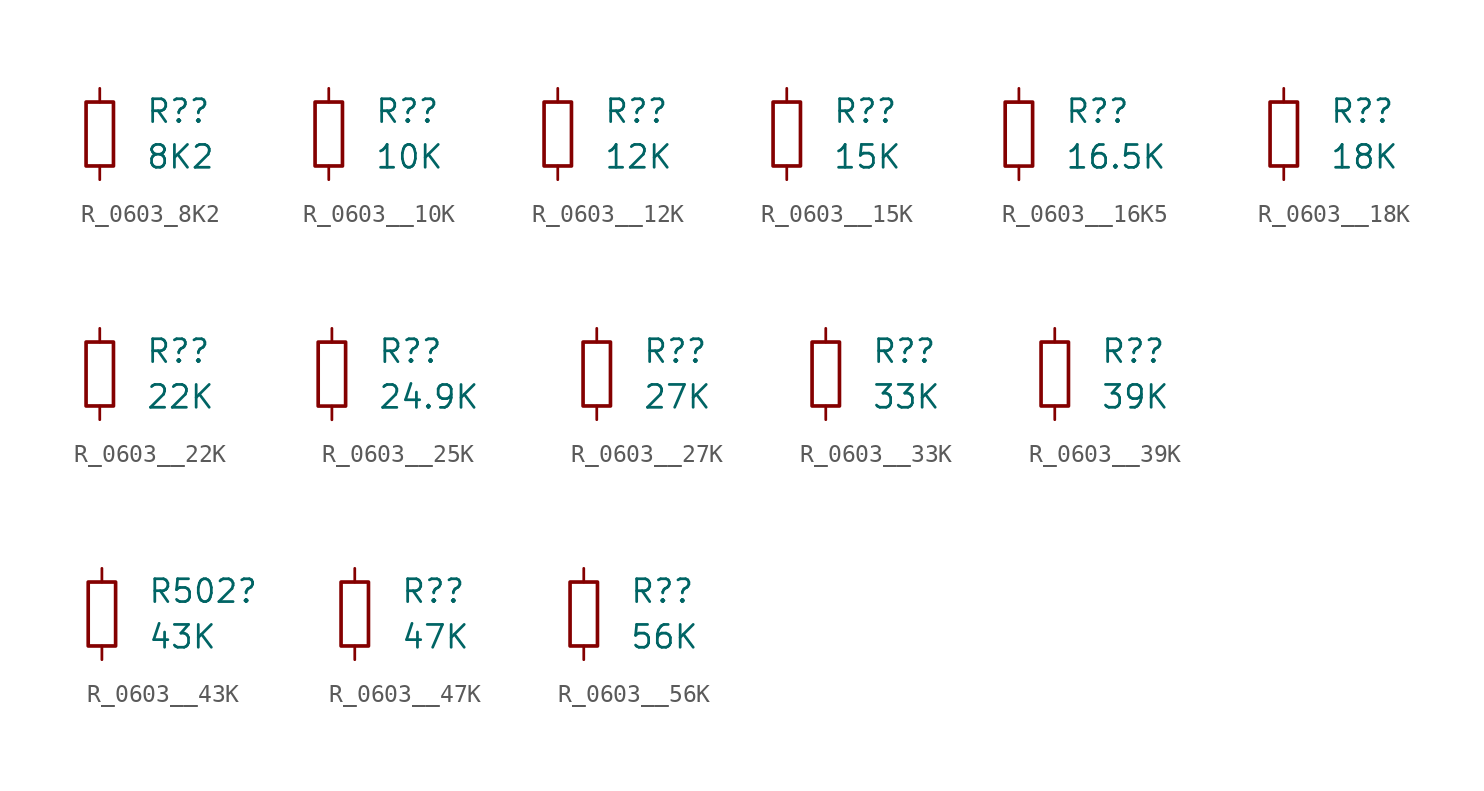
<source format=kicad_sym>
(kicad_symbol_lib
  (version 20231120)
  (generator "kicad_symbol_editor")
  (generator_version "8.0")
  (symbol "R_0603_8K2"
    (pin_numbers hide)
    (pin_names
      (offset 0.254) hide)
    (property "Reference" "R?"
      (at 2.54 1.27 0)
      (effects (font (size 1.27 1.27)) (justify left)))
    (property "Value" "8K2"
      (at 2.54 -1.27 0)
      (effects (font (size 1.27 1.27)) (justify left)))
    (symbol "R_0603_8K2_0_1"
      (rectangle (start -0.762 1.778) (end 0.762 -1.778) (stroke (width 0.203) (type default)) (fill (type none))))
    (symbol "R_0603_8K2_1_1"
      (pin passive line (at 0 2.54 270) (length 0.762) (name "~" (effects (font (size 1.27 1.27)))) (number "1" (effects (font (size 1.27 1.27)))))
      (pin passive line (at 0 -2.54 90) (length 0.762) (name "~" (effects (font (size 1.27 1.27)))) (number "2" (effects (font (size 1.27 1.27)))))))
  (symbol "R_0603__10K"
    (pin_numbers hide)
    (pin_names
      (offset 0.254) hide)
    (property "Reference" "R?"
      (at 2.54 1.27 0)
      (effects (font (size 1.27 1.27)) (justify left)))
    (property "Value" "10K"
      (at 2.54 -1.27 0)
      (effects (font (size 1.27 1.27)) (justify left)))
    (symbol "R_0603__10K_0_1"
      (rectangle (start -0.762 1.778) (end 0.762 -1.778) (stroke (width 0.203) (type default)) (fill (type none))))
    (symbol "R_0603__10K_1_1"
      (pin passive line (at 0 2.54 270) (length 0.762) (name "~" (effects (font (size 1.27 1.27)))) (number "1" (effects (font (size 1.27 1.27)))))
      (pin passive line (at 0 -2.54 90) (length 0.762) (name "~" (effects (font (size 1.27 1.27)))) (number "2" (effects (font (size 1.27 1.27)))))))
  (symbol "R_0603__12K"
    (pin_numbers hide)
    (pin_names
      (offset 0.254) hide)
    (property "Reference" "R?"
      (at 2.54 1.27 0)
      (effects (font (size 1.27 1.27)) (justify left)))
    (property "Value" "12K"
      (at 2.54 -1.27 0)
      (effects (font (size 1.27 1.27)) (justify left)))
    (symbol "R_0603__12K_0_1"
      (rectangle (start -0.762 1.778) (end 0.762 -1.778) (stroke (width 0.203) (type default)) (fill (type none))))
    (symbol "R_0603__12K_1_1"
      (pin passive line (at 0 2.54 270) (length 0.762) (name "~" (effects (font (size 1.27 1.27)))) (number "1" (effects (font (size 1.27 1.27)))))
      (pin passive line (at 0 -2.54 90) (length 0.762) (name "~" (effects (font (size 1.27 1.27)))) (number "2" (effects (font (size 1.27 1.27)))))))
  (symbol "R_0603__15K"
    (pin_numbers hide)
    (pin_names
      (offset 0.254) hide)
    (property "Reference" "R?"
      (at 2.54 1.27 0)
      (effects (font (size 1.27 1.27)) (justify left)))
    (property "Value" "15K"
      (at 2.54 -1.27 0)
      (effects (font (size 1.27 1.27)) (justify left)))
    (symbol "R_0603__15K_0_1"
      (rectangle (start -0.762 1.778) (end 0.762 -1.778) (stroke (width 0.203) (type default)) (fill (type none))))
    (symbol "R_0603__15K_1_1"
      (pin passive line (at 0 2.54 270) (length 0.762) (name "~" (effects (font (size 1.27 1.27)))) (number "1" (effects (font (size 1.27 1.27)))))
      (pin passive line (at 0 -2.54 90) (length 0.762) (name "~" (effects (font (size 1.27 1.27)))) (number "2" (effects (font (size 1.27 1.27)))))))
  (symbol "R_0603__16K5"
    (pin_numbers hide)
    (pin_names
      (offset 0.254) hide)
    (property "Reference" "R?"
      (at 2.54 1.27 0)
      (effects (font (size 1.27 1.27)) (justify left)))
    (property "Value" "16.5K"
      (at 2.54 -1.27 0)
      (effects (font (size 1.27 1.27)) (justify left)))
    (symbol "R_0603__16K5_0_1"
      (rectangle (start -0.762 1.778) (end 0.762 -1.778) (stroke (width 0.203) (type default)) (fill (type none))))
    (symbol "R_0603__16K5_1_1"
      (pin passive line (at 0 2.54 270) (length 0.762) (name "~" (effects (font (size 1.27 1.27)))) (number "1" (effects (font (size 1.27 1.27)))))
      (pin passive line (at 0 -2.54 90) (length 0.762) (name "~" (effects (font (size 1.27 1.27)))) (number "2" (effects (font (size 1.27 1.27)))))))
  (symbol "R_0603__18K"
    (pin_numbers hide)
    (pin_names
      (offset 0.254) hide)
    (property "Reference" "R?"
      (at 2.54 1.27 0)
      (effects (font (size 1.27 1.27)) (justify left)))
    (property "Value" "18K"
      (at 2.54 -1.27 0)
      (effects (font (size 1.27 1.27)) (justify left)))
    (symbol "R_0603__18K_0_1"
      (rectangle (start -0.762 1.778) (end 0.762 -1.778) (stroke (width 0.203) (type default)) (fill (type none))))
    (symbol "R_0603__18K_1_1"
      (pin passive line (at 0 2.54 270) (length 0.762) (name "~" (effects (font (size 1.27 1.27)))) (number "1" (effects (font (size 1.27 1.27)))))
      (pin passive line (at 0 -2.54 90) (length 0.762) (name "~" (effects (font (size 1.27 1.27)))) (number "2" (effects (font (size 1.27 1.27)))))))
  (symbol "R_0603__22K"
    (pin_numbers hide)
    (pin_names
      (offset 0.254) hide)
    (property "Reference" "R?"
      (at 2.54 1.27 0)
      (effects (font (size 1.27 1.27)) (justify left)))
    (property "Value" "22K"
      (at 2.54 -1.27 0)
      (effects (font (size 1.27 1.27)) (justify left)))
    (symbol "R_0603__22K_0_1"
      (rectangle (start -0.762 1.778) (end 0.762 -1.778) (stroke (width 0.203) (type default)) (fill (type none))))
    (symbol "R_0603__22K_1_1"
      (pin passive line (at 0 2.54 270) (length 0.762) (name "~" (effects (font (size 1.27 1.27)))) (number "1" (effects (font (size 1.27 1.27)))))
      (pin passive line (at 0 -2.54 90) (length 0.762) (name "~" (effects (font (size 1.27 1.27)))) (number "2" (effects (font (size 1.27 1.27)))))))
  (symbol "R_0603__25K"
    (pin_numbers hide)
    (pin_names
      (offset 0.254) hide)
    (property "Reference" "R?"
      (at 2.54 1.27 0)
      (effects (font (size 1.27 1.27)) (justify left)))
    (property "Value" "24.9K"
      (at 2.54 -1.27 0)
      (effects (font (size 1.27 1.27)) (justify left)))
    (symbol "R_0603__25K_0_1"
      (rectangle (start -0.762 1.778) (end 0.762 -1.778) (stroke (width 0.203) (type default)) (fill (type none))))
    (symbol "R_0603__25K_1_1"
      (pin passive line (at 0 2.54 270) (length 0.762) (name "~" (effects (font (size 1.27 1.27)))) (number "1" (effects (font (size 1.27 1.27)))))
      (pin passive line (at 0 -2.54 90) (length 0.762) (name "~" (effects (font (size 1.27 1.27)))) (number "2" (effects (font (size 1.27 1.27)))))))
  (symbol "R_0603__27K"
    (pin_numbers hide)
    (pin_names
      (offset 0.254) hide)
    (property "Reference" "R?"
      (at 2.54 1.27 0)
      (effects (font (size 1.27 1.27)) (justify left)))
    (property "Value" "27K"
      (at 2.54 -1.27 0)
      (effects (font (size 1.27 1.27)) (justify left)))
    (symbol "R_0603__27K_0_1"
      (rectangle (start -0.762 1.778) (end 0.762 -1.778) (stroke (width 0.203) (type default)) (fill (type none))))
    (symbol "R_0603__27K_1_1"
      (pin passive line (at 0 2.54 270) (length 0.762) (name "~" (effects (font (size 1.27 1.27)))) (number "1" (effects (font (size 1.27 1.27)))))
      (pin passive line (at 0 -2.54 90) (length 0.762) (name "~" (effects (font (size 1.27 1.27)))) (number "2" (effects (font (size 1.27 1.27)))))))
  (symbol "R_0603__33K"
    (pin_numbers hide)
    (pin_names
      (offset 0.254) hide)
    (property "Reference" "R?"
      (at 2.54 1.27 0)
      (effects (font (size 1.27 1.27)) (justify left)))
    (property "Value" "33K"
      (at 2.54 -1.27 0)
      (effects (font (size 1.27 1.27)) (justify left)))
    (symbol "R_0603__33K_0_1"
      (rectangle (start -0.762 1.778) (end 0.762 -1.778) (stroke (width 0.203) (type default)) (fill (type none))))
    (symbol "R_0603__33K_1_1"
      (pin passive line (at 0 2.54 270) (length 0.762) (name "~" (effects (font (size 1.27 1.27)))) (number "1" (effects (font (size 1.27 1.27)))))
      (pin passive line (at 0 -2.54 90) (length 0.762) (name "~" (effects (font (size 1.27 1.27)))) (number "2" (effects (font (size 1.27 1.27)))))))
  (symbol "R_0603__39K"
    (pin_numbers hide)
    (pin_names
      (offset 0.254) hide)
    (property "Reference" "R?"
      (at 2.54 1.27 0)
      (effects (font (size 1.27 1.27)) (justify left)))
    (property "Value" "39K"
      (at 2.54 -1.27 0)
      (effects (font (size 1.27 1.27)) (justify left)))
    (symbol "R_0603__39K_0_1"
      (rectangle (start -0.762 1.778) (end 0.762 -1.778) (stroke (width 0.203) (type default)) (fill (type none))))
    (symbol "R_0603__39K_1_1"
      (pin passive line (at 0 2.54 270) (length 0.762) (name "~" (effects (font (size 1.27 1.27)))) (number "1" (effects (font (size 1.27 1.27)))))
      (pin passive line (at 0 -2.54 90) (length 0.762) (name "~" (effects (font (size 1.27 1.27)))) (number "2" (effects (font (size 1.27 1.27)))))))
  (symbol "R_0603__43K"
    (pin_numbers hide)
    (pin_names
      (offset 0.254) hide)
    (property "Reference" "R502"
      (at 2.54 1.27 0)
      (effects (font (size 1.27 1.27)) (justify left)))
    (property "Value" "43K"
      (at 2.54 -1.27 0)
      (effects (font (size 1.27 1.27)) (justify left)))
    (symbol "R_0603__43K_0_1"
      (rectangle (start -0.762 1.778) (end 0.762 -1.778) (stroke (width 0.203) (type default)) (fill (type none))))
    (symbol "R_0603__43K_1_1"
      (pin passive line (at 0 2.54 270) (length 0.762) (name "~" (effects (font (size 1.27 1.27)))) (number "1" (effects (font (size 1.27 1.27)))))
      (pin passive line (at 0 -2.54 90) (length 0.762) (name "~" (effects (font (size 1.27 1.27)))) (number "2" (effects (font (size 1.27 1.27)))))))
  (symbol "R_0603__47K"
    (pin_numbers hide)
    (pin_names
      (offset 0.254) hide)
    (property "Reference" "R?"
      (at 2.54 1.27 0)
      (effects (font (size 1.27 1.27)) (justify left)))
    (property "Value" "47K"
      (at 2.54 -1.27 0)
      (effects (font (size 1.27 1.27)) (justify left)))
    (symbol "R_0603__47K_0_1"
      (rectangle (start -0.762 1.778) (end 0.762 -1.778) (stroke (width 0.203) (type default)) (fill (type none))))
    (symbol "R_0603__47K_1_1"
      (pin passive line (at 0 2.54 270) (length 0.762) (name "~" (effects (font (size 1.27 1.27)))) (number "1" (effects (font (size 1.27 1.27)))))
      (pin passive line (at 0 -2.54 90) (length 0.762) (name "~" (effects (font (size 1.27 1.27)))) (number "2" (effects (font (size 1.27 1.27)))))))
  (symbol "R_0603__56K"
    (pin_numbers hide)
    (pin_names
      (offset 0.254) hide)
    (property "Reference" "R?"
      (at 2.54 1.27 0)
      (effects (font (size 1.27 1.27)) (justify left)))
    (property "Value" "56K"
      (at 2.54 -1.27 0)
      (effects (font (size 1.27 1.27)) (justify left)))
    (symbol "R_0603__56K_0_1"
      (rectangle (start -0.762 1.778) (end 0.762 -1.778) (stroke (width 0.203) (type default)) (fill (type none))))
    (symbol "R_0603__56K_1_1"
      (pin passive line (at 0 2.54 270) (length 0.762) (name "~" (effects (font (size 1.27 1.27)))) (number "1" (effects (font (size 1.27 1.27)))))
      (pin passive line (at 0 -2.54 90) (length 0.762) (name "~" (effects (font (size 1.27 1.27)))) (number "2" (effects (font (size 1.27 1.27))))))))
</source>
